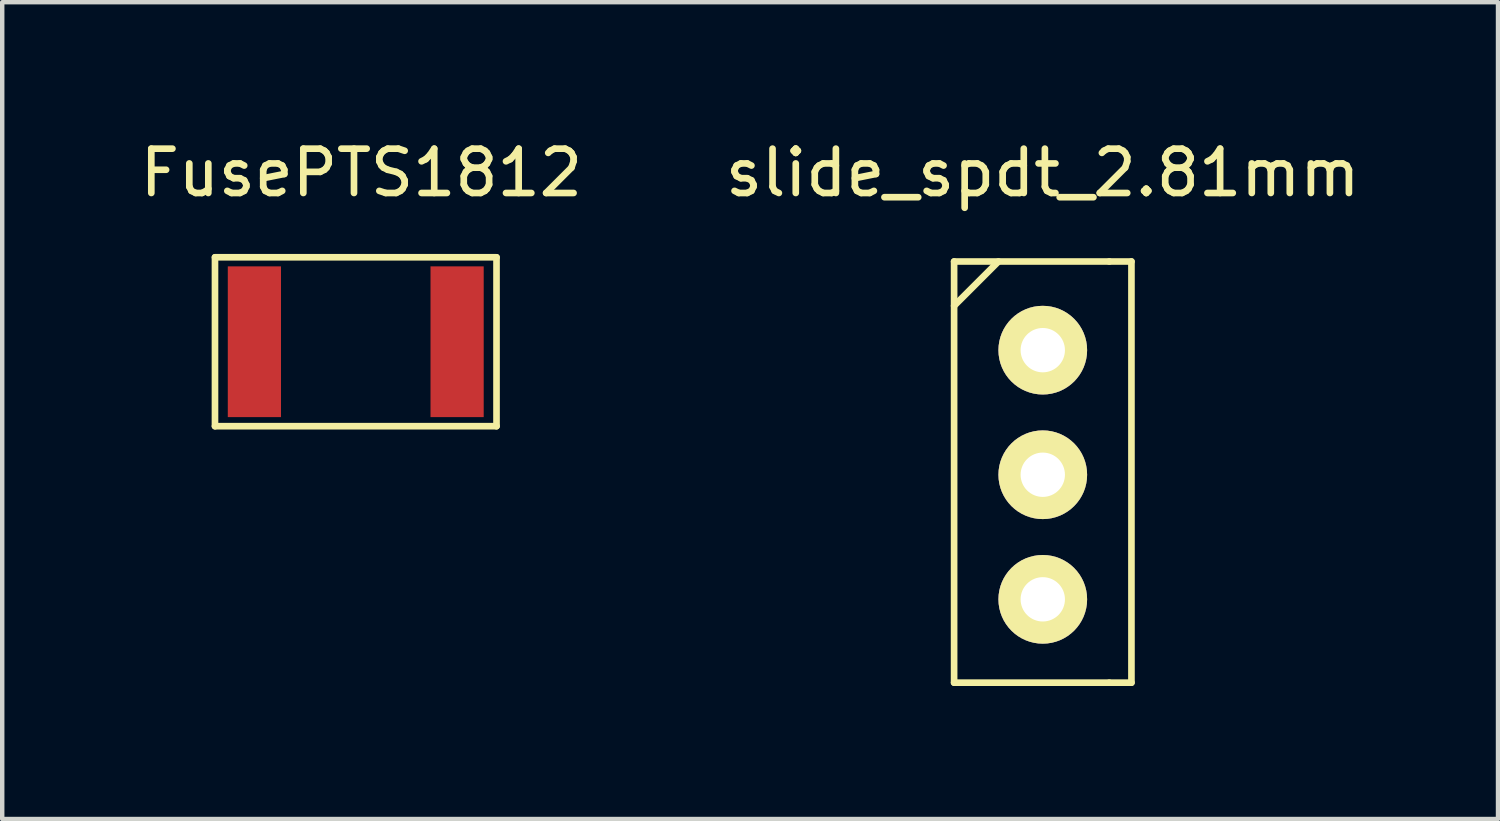
<source format=kicad_pcb>
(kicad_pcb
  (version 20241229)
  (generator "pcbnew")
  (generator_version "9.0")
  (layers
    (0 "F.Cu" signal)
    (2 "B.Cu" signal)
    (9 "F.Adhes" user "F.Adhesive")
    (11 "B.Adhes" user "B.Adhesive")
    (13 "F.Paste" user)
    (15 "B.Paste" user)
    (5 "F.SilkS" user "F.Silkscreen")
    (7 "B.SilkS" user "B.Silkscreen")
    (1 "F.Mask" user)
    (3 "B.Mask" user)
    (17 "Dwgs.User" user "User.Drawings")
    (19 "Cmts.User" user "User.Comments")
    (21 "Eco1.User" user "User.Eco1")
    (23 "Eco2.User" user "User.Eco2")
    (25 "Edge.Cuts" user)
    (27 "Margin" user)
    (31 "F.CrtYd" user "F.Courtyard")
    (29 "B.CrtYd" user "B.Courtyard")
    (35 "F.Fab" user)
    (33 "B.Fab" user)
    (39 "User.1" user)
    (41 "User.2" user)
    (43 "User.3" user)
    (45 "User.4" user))
  (footprint "FusePTS1812"
    (layer "F.Cu")
    (at 5.101 4.658)
    (property "Reference" "FusePTS1812" (at 0 -3.81 0) (layer "F.SilkS") (effects (font (size 1 1) (thickness 0.15))))
    (attr through_hole)
    (fp_line (start -3.302 -1.905) (end -3.302 1.905) (stroke (width 0.15) (type solid)) (layer "F.SilkS"))
    (fp_line (start -3.302 -1.905) (end 3.048 -1.905) (stroke (width 0.15) (type solid)) (layer "F.SilkS"))
    (fp_line (start -3.302 1.905) (end 3.048 1.905) (stroke (width 0.15) (type solid)) (layer "F.SilkS"))
    (fp_line (start 3.048 -1.905) (end 3.048 1.905) (stroke (width 0.15) (type solid)) (layer "F.SilkS"))
    (pad "1" smd rect (at -2.413 0) (size 1.2 3.4) (layers "F.Cu" "F.Mask" "F.Paste"))
    (pad "2" smd rect (at 2.159 0) (size 1.2 3.4) (layers "F.Cu" "F.Mask" "F.Paste")))
  (footprint "slide_spdt_2.81mm"
    (layer "F.Cu")
    (at 20.47 4.848)
    (property "Reference" "slide_spdt_2.81mm" (at 0 -4 0) (layer "F.SilkS") (effects (font (size 1 1) (thickness 0.15))))
    (attr through_hole)
    (fp_line (start -2 -2) (end -2 7.5) (stroke (width 0.15) (type solid)) (layer "F.SilkS"))
    (fp_line (start -2 -1) (end -1 -2) (stroke (width 0.15) (type solid)) (layer "F.SilkS"))
    (fp_line (start -2 7.5) (end 1.5 7.5) (stroke (width 0.15) (type solid)) (layer "F.SilkS"))
    (fp_line (start 1.5 -2) (end -2 -2) (stroke (width 0.15) (type solid)) (layer "F.SilkS"))
    (fp_line (start 1.5 -2) (end 2 -2) (stroke (width 0.15) (type solid)) (layer "F.SilkS"))
    (fp_line (start 2 -2) (end 2 7.5) (stroke (width 0.15) (type solid)) (layer "F.SilkS"))
    (fp_line (start 2 7.5) (end 1.5 7.5) (stroke (width 0.15) (type solid)) (layer "F.SilkS"))
    (pad "1" thru_hole circle (at 0 0) (size 2 2) (drill 1) (layers "*.Cu" "*.Mask" "F.SilkS"))
    (pad "2" thru_hole circle (at 0 2.81) (size 2 2) (drill 1) (layers "*.Cu" "*.Mask" "F.SilkS"))
    (pad "3" thru_hole circle (at 0 5.62) (size 2 2) (drill 1) (layers "*.Cu" "*.Mask" "F.SilkS")))
  (gr_rect
    (start -3 -3)
    (end 30.738 15.423)
    (stroke (width 0.1) (type default))
    (fill no)
    (layer "Edge.Cuts")))
</source>
